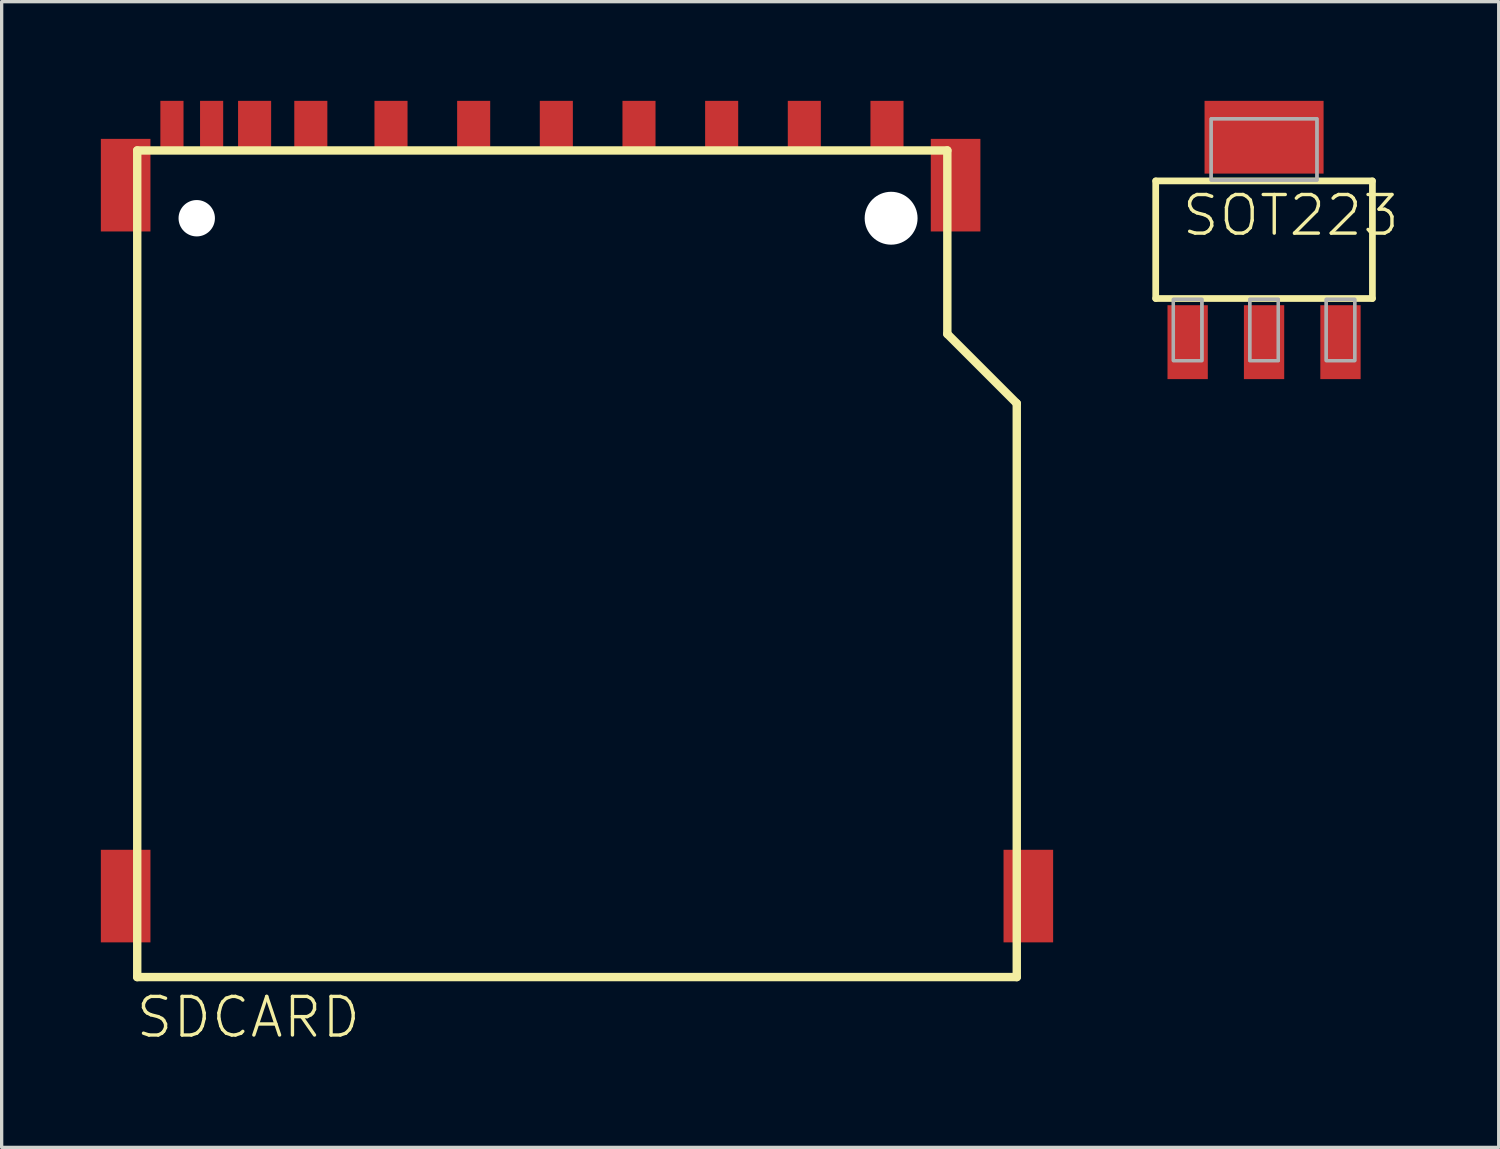
<source format=kicad_pcb>
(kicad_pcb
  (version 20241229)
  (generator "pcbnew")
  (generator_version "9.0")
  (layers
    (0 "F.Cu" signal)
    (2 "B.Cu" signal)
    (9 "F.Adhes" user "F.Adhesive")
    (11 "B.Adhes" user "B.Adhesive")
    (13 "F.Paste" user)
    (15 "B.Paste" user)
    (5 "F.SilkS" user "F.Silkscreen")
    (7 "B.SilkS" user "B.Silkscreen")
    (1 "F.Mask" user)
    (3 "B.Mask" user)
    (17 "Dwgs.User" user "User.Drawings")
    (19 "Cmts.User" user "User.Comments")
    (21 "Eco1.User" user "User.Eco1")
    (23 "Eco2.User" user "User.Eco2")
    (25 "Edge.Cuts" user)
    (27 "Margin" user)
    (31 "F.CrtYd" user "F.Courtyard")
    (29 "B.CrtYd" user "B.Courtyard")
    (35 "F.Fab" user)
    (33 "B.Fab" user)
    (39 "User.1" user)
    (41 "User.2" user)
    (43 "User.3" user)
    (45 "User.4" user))
  (footprint "SOT223"
    (layer "F.Cu")
    (at 35.179 4.199)
    (property "Reference" "SOT223" (at -2.54 -0.051 0) (unlocked yes) (layer "F.SilkS") (effects (font (size 1.168 1.168) (thickness 0.102)) (justify left bottom)))
    (fp_line (start -3.277 -1.778) (end 3.277 -1.778) (stroke (width 0.203) (type solid)) (layer "F.SilkS"))
    (fp_line (start -3.277 1.778) (end -3.277 -1.778) (stroke (width 0.203) (type solid)) (layer "F.SilkS"))
    (fp_line (start 3.277 -1.778) (end 3.277 1.778) (stroke (width 0.203) (type solid)) (layer "F.SilkS"))
    (fp_line (start 3.277 1.778) (end -3.277 1.778) (stroke (width 0.203) (type solid)) (layer "F.SilkS"))
    (fp_poly (pts (xy -2.743 3.658) (xy -1.88 3.658) (xy -1.88 1.803) (xy -2.743 1.803)) (stroke (width 0.1) (type default)) (fill no) (layer "F.Fab"))
    (fp_poly (pts (xy -2.743 3.658) (xy -1.88 3.658) (xy -1.88 1.803) (xy -2.743 1.803)) (stroke (width 0.1) (type default)) (fill no) (layer "F.Fab"))
    (fp_poly (pts (xy -1.6 -1.803) (xy 1.6 -1.803) (xy 1.6 -3.658) (xy -1.6 -3.658)) (stroke (width 0.1) (type default)) (fill no) (layer "F.Fab"))
    (fp_poly (pts (xy -1.6 -1.803) (xy 1.6 -1.803) (xy 1.6 -3.658) (xy -1.6 -3.658)) (stroke (width 0.1) (type default)) (fill no) (layer "F.Fab"))
    (fp_poly (pts (xy -0.432 3.658) (xy 0.432 3.658) (xy 0.432 1.803) (xy -0.432 1.803)) (stroke (width 0.1) (type default)) (fill no) (layer "F.Fab"))
    (fp_poly (pts (xy -0.432 3.658) (xy 0.432 3.658) (xy 0.432 1.803) (xy -0.432 1.803)) (stroke (width 0.1) (type default)) (fill no) (layer "F.Fab"))
    (fp_poly (pts (xy 1.88 3.658) (xy 2.743 3.658) (xy 2.743 1.803) (xy 1.88 1.803)) (stroke (width 0.1) (type default)) (fill no) (layer "F.Fab"))
    (fp_poly (pts (xy 1.88 3.658) (xy 2.743 3.658) (xy 2.743 1.803) (xy 1.88 1.803)) (stroke (width 0.1) (type default)) (fill no) (layer "F.Fab"))
    (pad "1" smd rect (at -2.311 3.099) (size 1.219 2.235) (layers "F.Cu" "F.Mask" "F.Paste"))
    (pad "2" smd rect (at 0 3.099) (size 1.219 2.235) (layers "F.Cu" "F.Mask" "F.Paste"))
    (pad "3" smd rect (at 2.311 3.099) (size 1.219 2.235) (layers "F.Cu" "F.Mask" "F.Paste"))
    (pad "4" smd rect (at 0 -3.099) (size 3.6 2.2) (layers "F.Cu" "F.Mask" "F.Paste")))
  (footprint "SDCARD"
    (layer "F.Cu")
    (at 14.4 1.5)
    (property "Reference" "SDCARD" (at -13.4 26.9 0) (unlocked yes) (layer "F.SilkS") (effects (font (size 1.168 1.168) (thickness 0.102)) (justify left bottom)))
    (fp_line (start -13.3 0) (end -13.3 25) (stroke (width 0.254) (type solid)) (layer "F.SilkS"))
    (fp_line (start -13.3 25) (end 13.3 25) (stroke (width 0.254) (type solid)) (layer "F.SilkS"))
    (fp_line (start 11.2 0) (end -13.3 0) (stroke (width 0.254) (type solid)) (layer "F.SilkS"))
    (fp_line (start 11.2 0) (end 11.2 5.55) (stroke (width 0.254) (type solid)) (layer "F.SilkS"))
    (fp_line (start 11.2 5.55) (end 13.3 7.65) (stroke (width 0.254) (type solid)) (layer "F.SilkS"))
    (fp_line (start 13.3 25) (end 13.3 7.65) (stroke (width 0.254) (type solid)) (layer "F.SilkS"))
    (pad "" np_thru_hole circle (at -11.5 2.05) (size 1.1 1.1) (drill 1.1) (layers "*.Cu" "*.Mask"))
    (pad "" np_thru_hole circle (at 9.5 2.05) (size 1.6 1.6) (drill 1.6) (layers "*.Cu" "*.Mask"))
    (pad "1" smd rect (at 6.875 -0.75) (size 1 1.5) (layers "F.Cu" "F.Mask" "F.Paste"))
    (pad "2" smd rect (at 4.375 -0.75) (size 1 1.5) (layers "F.Cu" "F.Mask" "F.Paste"))
    (pad "3" smd rect (at 1.875 -0.75) (size 1 1.5) (layers "F.Cu" "F.Mask" "F.Paste"))
    (pad "4" smd rect (at -0.625 -0.75) (size 1 1.5) (layers "F.Cu" "F.Mask" "F.Paste"))
    (pad "5" smd rect (at -3.125 -0.75) (size 1 1.5) (layers "F.Cu" "F.Mask" "F.Paste"))
    (pad "6" smd rect (at -5.625 -0.75) (size 1 1.5) (layers "F.Cu" "F.Mask" "F.Paste"))
    (pad "7" smd rect (at -8.05 -0.75) (size 1 1.5) (layers "F.Cu" "F.Mask" "F.Paste"))
    (pad "8" smd rect (at -9.75 -0.75) (size 1 1.5) (layers "F.Cu" "F.Mask" "F.Paste"))
    (pad "9" smd rect (at 9.375 -0.75) (size 1 1.5) (layers "F.Cu" "F.Mask" "F.Paste"))
    (pad "CD" smd rect (at -11.05 -0.75) (size 0.7 1.5) (layers "F.Cu" "F.Mask" "F.Paste"))
    (pad "COM1" smd rect (at -13.65 1.05 90) (size 2.8 1.5) (layers "F.Cu" "F.Mask" "F.Paste"))
    (pad "COM2" smd rect (at 11.45 1.05 90) (size 2.8 1.5) (layers "F.Cu" "F.Mask" "F.Paste"))
    (pad "COM3" smd rect (at -13.65 22.55 90) (size 2.8 1.5) (layers "F.Cu" "F.Mask" "F.Paste"))
    (pad "COM4" smd rect (at 13.65 22.55 90) (size 2.8 1.5) (layers "F.Cu" "F.Mask" "F.Paste"))
    (pad "WP" smd rect (at -12.25 -0.75) (size 0.7 1.5) (layers "F.Cu" "F.Mask" "F.Paste")))
  (gr_rect
    (start -3 -3)
    (end 42.275 31.65)
    (stroke (width 0.1) (type default))
    (fill no)
    (layer "Edge.Cuts")))
</source>
